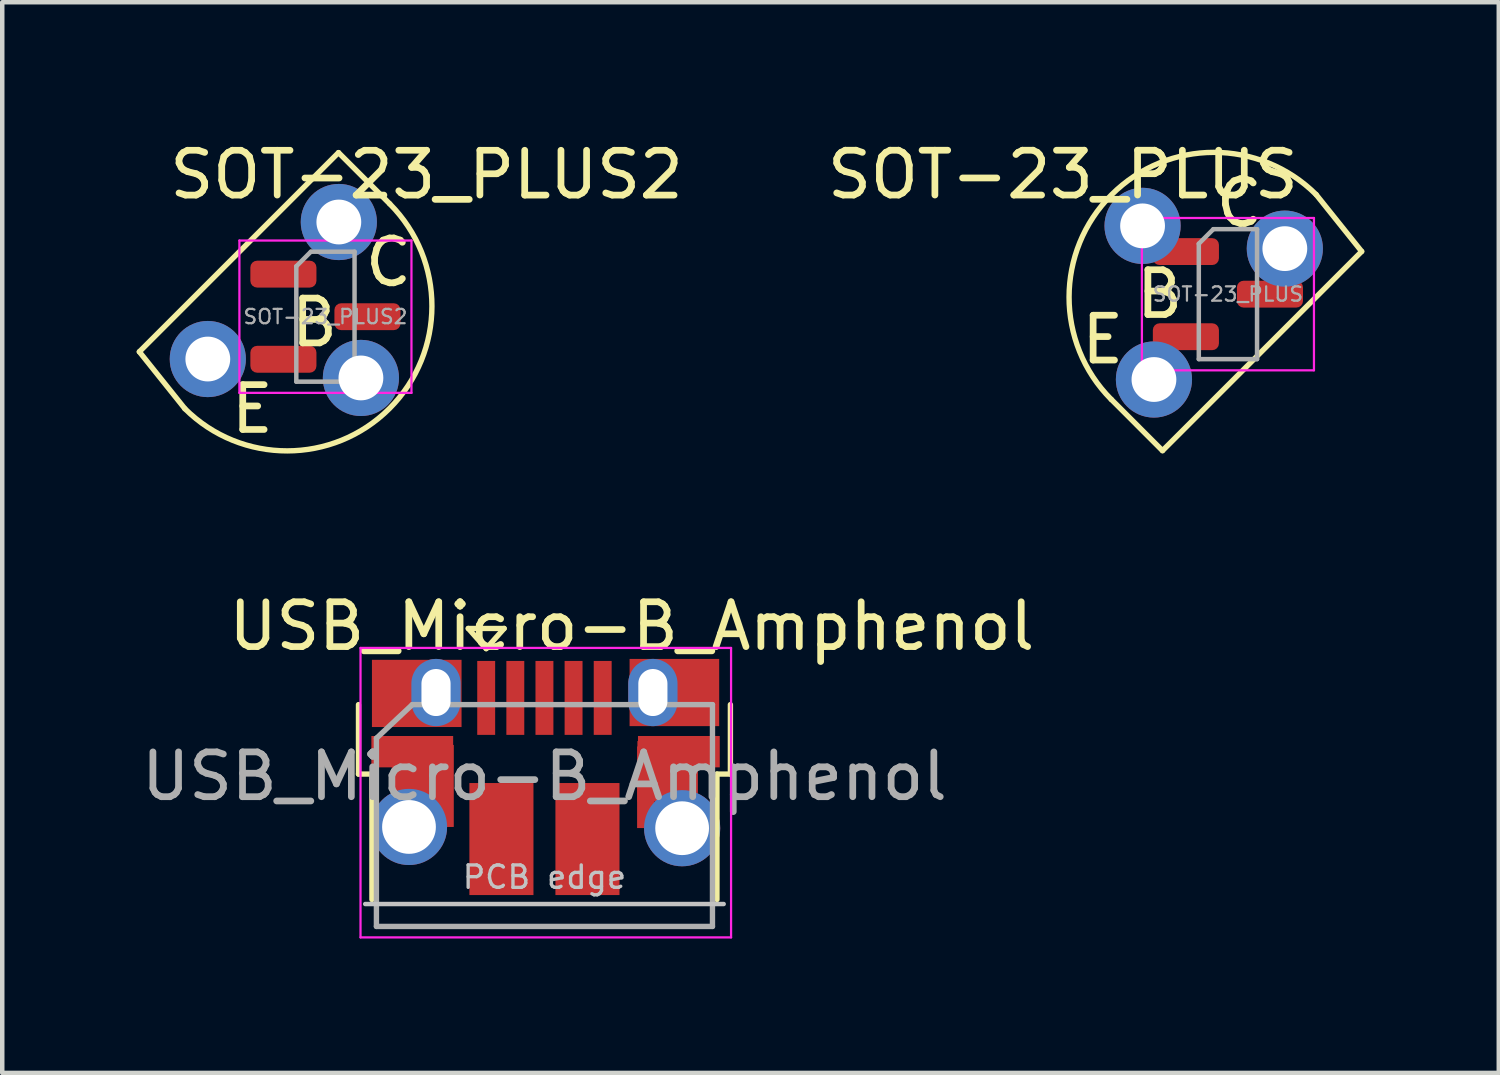
<source format=kicad_pcb>
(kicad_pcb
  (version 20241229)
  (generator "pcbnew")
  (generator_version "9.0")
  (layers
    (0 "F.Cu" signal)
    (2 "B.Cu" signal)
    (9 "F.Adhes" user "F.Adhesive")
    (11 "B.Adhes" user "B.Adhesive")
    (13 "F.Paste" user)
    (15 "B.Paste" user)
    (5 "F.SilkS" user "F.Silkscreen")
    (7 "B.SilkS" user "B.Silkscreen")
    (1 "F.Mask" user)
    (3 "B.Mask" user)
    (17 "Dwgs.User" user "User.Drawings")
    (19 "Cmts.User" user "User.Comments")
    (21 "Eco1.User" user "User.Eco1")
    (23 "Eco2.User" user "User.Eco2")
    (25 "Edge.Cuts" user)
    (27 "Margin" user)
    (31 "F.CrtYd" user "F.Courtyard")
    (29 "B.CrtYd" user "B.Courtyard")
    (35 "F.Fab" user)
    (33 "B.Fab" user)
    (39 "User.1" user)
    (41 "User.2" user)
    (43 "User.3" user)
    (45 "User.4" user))
  (footprint "USB_Micro-B_Amphenol"
    (layer "F.Cu")
    (at 9.126 14.291)
    (property "Reference" "USB_Micro-B_Amphenol" (at 1.925 -3.365 180) (layer "F.SilkS") (effects (font (size 1 1) (thickness 0.15))))
    (attr smd)
    (fp_line (start -4.175 -0.065) (end -4.175 -1.615) (stroke (width 0.12) (type solid)) (layer "F.SilkS"))
    (fp_line (start -4.175 -0.065) (end -3.875 -0.065) (stroke (width 0.12) (type solid)) (layer "F.SilkS"))
    (fp_line (start -3.875 2.735) (end -3.875 -0.065) (stroke (width 0.12) (type solid)) (layer "F.SilkS"))
    (fp_line (start -1.725 -3.315) (end -0.925 -3.315) (stroke (width 0.12) (type solid)) (layer "F.SilkS"))
    (fp_line (start -1.325 -2.865) (end -1.725 -3.315) (stroke (width 0.12) (type solid)) (layer "F.SilkS"))
    (fp_line (start -0.925 -3.315) (end -1.325 -2.865) (stroke (width 0.12) (type solid)) (layer "F.SilkS"))
    (fp_line (start 3.825 -0.065) (end 4.125 -0.065) (stroke (width 0.12) (type solid)) (layer "F.SilkS"))
    (fp_line (start 3.825 2.735) (end 3.825 -0.065) (stroke (width 0.12) (type solid)) (layer "F.SilkS"))
    (fp_line (start 4.125 -0.065) (end 4.125 -1.615) (stroke (width 0.12) (type solid)) (layer "F.SilkS"))
    (fp_line (start -4.025 2.835) (end 3.975 2.835) (stroke (width 0.1) (type solid)) (layer "Dwgs.User"))
    (fp_line (start -4.13 -2.88) (end -4.13 3.58) (stroke (width 0.05) (type solid)) (layer "F.CrtYd"))
    (fp_line (start -4.13 -2.88) (end 4.14 -2.88) (stroke (width 0.05) (type solid)) (layer "F.CrtYd"))
    (fp_line (start 4.14 3.58) (end -4.13 3.58) (stroke (width 0.05) (type solid)) (layer "F.CrtYd"))
    (fp_line (start 4.14 3.58) (end 4.14 -2.88) (stroke (width 0.05) (type solid)) (layer "F.CrtYd"))
    (fp_line (start -3.775 -0.865) (end -2.975 -1.615) (stroke (width 0.12) (type solid)) (layer "F.Fab"))
    (fp_line (start -3.775 3.335) (end -3.775 -0.865) (stroke (width 0.12) (type solid)) (layer "F.Fab"))
    (fp_line (start -2.975 -1.615) (end 3.725 -1.615) (stroke (width 0.12) (type solid)) (layer "F.Fab"))
    (fp_line (start 3.725 -1.615) (end 3.725 3.335) (stroke (width 0.12) (type solid)) (layer "F.Fab"))
    (fp_line (start 3.725 3.335) (end -3.775 3.335) (stroke (width 0.12) (type solid)) (layer "F.Fab"))
    (fp_text user "PCB edge" (at -0.025 2.235 180) (layer "Dwgs.User") (effects (font (size 0.5 0.5) (thickness 0.075))))
    (fp_text user "${REFERENCE}" (at -0.025 -0.015 180) (layer "F.Fab") (effects (font (size 1 1) (thickness 0.15))))
    (pad "1" smd rect (at -1.325 -1.765 90) (size 1.65 0.4) (layers "F.Cu" "F.Mask" "F.Paste"))
    (pad "2" smd rect (at -0.675 -1.765 90) (size 1.65 0.4) (layers "F.Cu" "F.Mask" "F.Paste"))
    (pad "3" smd rect (at -0.025 -1.765 90) (size 1.65 0.4) (layers "F.Cu" "F.Mask" "F.Paste"))
    (pad "4" smd rect (at 0.625 -1.765 90) (size 1.65 0.4) (layers "F.Cu" "F.Mask" "F.Paste"))
    (pad "5" smd rect (at 1.275 -1.765 90) (size 1.65 0.4) (layers "F.Cu" "F.Mask" "F.Paste"))
    (pad "6" thru_hole oval (at -3.048 1.115 90) (size 1.7 1.7) (drill oval 1.2) (layers "*.Cu" "*.Mask"))
    (pad "6" smd rect (at -2.975 -0.565) (size 1.825 0.7) (layers "F.Cu" "F.Mask" "F.Paste"))
    (pad "6" smd rect (at -2.875 -1.865) (size 2 1.5) (layers "F.Cu" "F.Mask" "F.Paste"))
    (pad "6" smd trapezoid (at -2.755 -0.127) (size 1.35 1.35) (layers "F.Cu" "F.Mask" "F.Paste"))
    (pad "6" thru_hole oval (at -2.445 -1.885 90) (size 1.5 1.1) (drill oval 1.05 0.65) (layers "*.Cu" "*.Mask"))
    (pad "6" smd rect (at -2.239 0.2 90) (size 1.83 0.381) (layers "F.Cu" "F.Mask" "F.Paste"))
    (pad "6" smd rect (at -0.985 1.385 90) (size 2.5 1.43) (layers "F.Cu" "F.Mask" "F.Paste"))
    (pad "6" smd rect (at 0.935 1.385 90) (size 2.5 1.43) (layers "F.Cu" "F.Mask" "F.Paste"))
    (pad "6" smd rect (at 2.234 0.229 90) (size 1.822 0.382) (layers "F.Cu" "F.Mask" "F.Paste"))
    (pad "6" thru_hole oval (at 2.395 -1.885 90) (size 1.5 1.1) (drill oval 1.05 0.65) (layers "*.Cu" "*.Mask"))
    (pad "6" smd trapezoid (at 2.725 -0.127) (size 1.35 1.35) (layers "F.Cu" "F.Mask" "F.Paste"))
    (pad "6" smd rect (at 2.875 -1.885) (size 2 1.5) (layers "F.Cu" "F.Mask" "F.Paste"))
    (pad "6" smd rect (at 2.975 -0.565) (size 1.825 0.7) (layers "F.Cu" "F.Mask" "F.Paste"))
    (pad "6" thru_hole oval (at 3.048 1.143 90) (size 1.7 1.7) (drill oval 1.2) (layers "*.Cu" "*.Mask")))
  (footprint "SOT-23_PLUS2"
    (layer "F.Cu")
    (at 4.213 4.018)
    (property "Reference" "SOT-23_PLUS2" (at 2.257 -3.169 0) (layer "F.SilkS") (effects (font (size 1 1) (thickness 0.15))))
    (attr smd)
    (fp_line (start -3.137 2.053) (end -4.153 0.783) (stroke (width 0.12) (type solid)) (layer "F.SilkS"))
    (fp_line (start 0.292 -3.662) (end -4.153 0.783) (stroke (width 0.12) (type solid)) (layer "F.SilkS"))
    (fp_line (start 1.435 -2.519) (end 0.292 -3.662) (stroke (width 0.12) (type solid)) (layer "F.SilkS"))
    (fp_arc (start 1.434959 -2.51882) (mid 1.434959 2.05318) (end -3.137041 2.05318) (stroke (width 0.12) (type solid)) (layer "F.SilkS"))
    (fp_line (start -1.92 -1.7) (end -1.92 1.7) (stroke (width 0.05) (type solid)) (layer "F.CrtYd"))
    (fp_line (start -1.92 1.7) (end 1.92 1.7) (stroke (width 0.05) (type solid)) (layer "F.CrtYd"))
    (fp_line (start 1.92 -1.7) (end -1.92 -1.7) (stroke (width 0.05) (type solid)) (layer "F.CrtYd"))
    (fp_line (start 1.92 1.7) (end 1.92 -1.7) (stroke (width 0.05) (type solid)) (layer "F.CrtYd"))
    (fp_line (start -0.65 -1.125) (end -0.325 -1.45) (stroke (width 0.1) (type solid)) (layer "F.Fab"))
    (fp_line (start -0.65 1.45) (end -0.65 -1.125) (stroke (width 0.1) (type solid)) (layer "F.Fab"))
    (fp_line (start -0.325 -1.45) (end 0.65 -1.45) (stroke (width 0.1) (type solid)) (layer "F.Fab"))
    (fp_line (start 0.65 -1.45) (end 0.65 1.45) (stroke (width 0.1) (type solid)) (layer "F.Fab"))
    (fp_line (start 0.65 1.45) (end -0.65 1.45) (stroke (width 0.1) (type solid)) (layer "F.Fab"))
    (fp_text user "B" (at -0.246 0.13 0) (unlocked yes) (layer "F.SilkS") (effects (font (size 1 1) (thickness 0.15))))
    (fp_text user "E" (at -1.631 2.062 0) (unlocked yes) (layer "F.SilkS") (effects (font (size 1 1) (thickness 0.15))))
    (fp_text user "C" (at 1.407 -1.211 0) (unlocked yes) (layer "F.SilkS") (effects (font (size 1 1) (thickness 0.15))))
    (fp_text user "${REFERENCE}" (at 0 0 0) (layer "F.Fab") (effects (font (size 0.32 0.32) (thickness 0.05))))
    (pad "1" smd roundrect (at -0.938 -0.95) (size 1.475 0.6) (layers "F.Cu" "F.Mask" "F.Paste") (roundrect_rratio 0.25))
    (pad "1" thru_hole circle (at 0.792 1.367) (size 1.7 1.7) (drill 1) (layers "*.Cu" "*.Mask"))
    (pad "2" thru_hole circle (at -2.625 0.945) (size 1.7 1.7) (drill 1) (layers "*.Cu" "*.Mask"))
    (pad "2" smd roundrect (at -0.938 0.95) (size 1.475 0.6) (layers "F.Cu" "F.Mask" "F.Paste") (roundrect_rratio 0.25))
    (pad "3" thru_hole circle (at 0.299 -2.113) (size 1.7 1.7) (drill 1) (layers "*.Cu" "*.Mask"))
    (pad "3" smd roundrect (at 0.938 0) (size 1.475 0.6) (layers "F.Cu" "F.Mask" "F.Paste") (roundrect_rratio 0.25)))
  (footprint "SOT-23_PLUS"
    (layer "F.Cu")
    (at 24.355 3.515)
    (property "Reference" "SOT-23_PLUS" (at -3.683 -2.667 180) (layer "F.SilkS") (effects (font (size 1 1) (thickness 0.15))))
    (attr smd)
    (fp_line (start -2.603 2.349) (end -1.46 3.493) (stroke (width 0.12) (type solid)) (layer "F.SilkS"))
    (fp_line (start -1.46 3.493) (end 2.985 -0.953) (stroke (width 0.12) (type solid)) (layer "F.SilkS"))
    (fp_line (start 1.968 -2.223) (end 2.985 -0.953) (stroke (width 0.12) (type solid)) (layer "F.SilkS"))
    (fp_arc (start -2.6035 2.3495) (mid -2.6035 -2.2225) (end 1.9685 -2.2225) (stroke (width 0.12) (type solid)) (layer "F.SilkS"))
    (fp_line (start -1.92 -1.7) (end -1.92 1.7) (stroke (width 0.05) (type solid)) (layer "F.CrtYd"))
    (fp_line (start -1.92 1.7) (end 1.92 1.7) (stroke (width 0.05) (type solid)) (layer "F.CrtYd"))
    (fp_line (start 1.92 -1.7) (end -1.92 -1.7) (stroke (width 0.05) (type solid)) (layer "F.CrtYd"))
    (fp_line (start 1.92 1.7) (end 1.92 -1.7) (stroke (width 0.05) (type solid)) (layer "F.CrtYd"))
    (fp_line (start -0.65 -1.125) (end -0.325 -1.45) (stroke (width 0.1) (type solid)) (layer "F.Fab"))
    (fp_line (start -0.65 1.45) (end -0.65 -1.125) (stroke (width 0.1) (type solid)) (layer "F.Fab"))
    (fp_line (start -0.325 -1.45) (end 0.65 -1.45) (stroke (width 0.1) (type solid)) (layer "F.Fab"))
    (fp_line (start 0.65 -1.45) (end 0.65 1.45) (stroke (width 0.1) (type solid)) (layer "F.Fab"))
    (fp_line (start 0.65 1.45) (end -0.65 1.45) (stroke (width 0.1) (type solid)) (layer "F.Fab"))
    (fp_text user "E" (at -2.794 1.016 0) (unlocked yes) (layer "F.SilkS") (effects (font (size 1 1) (thickness 0.15))))
    (fp_text user "C" (at 0.254 -2.032 0) (unlocked yes) (layer "F.SilkS") (effects (font (size 1 1) (thickness 0.15))))
    (fp_text user "B" (at -1.524 0 0) (unlocked yes) (layer "F.SilkS") (effects (font (size 1 1) (thickness 0.15))))
    (fp_text user "${REFERENCE}" (at 0 0 0) (layer "F.Fab") (effects (font (size 0.32 0.32) (thickness 0.05))))
    (pad "1" thru_hole circle (at -1.905 -1.524) (size 1.7 1.7) (drill 1) (layers "*.Cu" "*.Mask"))
    (pad "1" smd roundrect (at -0.938 -0.95) (size 1.475 0.6) (layers "F.Cu" "F.Mask" "F.Paste") (roundrect_rratio 0.25))
    (pad "2" thru_hole circle (at -1.651 1.905) (size 1.7 1.7) (drill 1) (layers "*.Cu" "*.Mask"))
    (pad "2" smd roundrect (at -0.938 0.95) (size 1.475 0.6) (layers "F.Cu" "F.Mask" "F.Paste") (roundrect_rratio 0.25))
    (pad "3" smd roundrect (at 0.938 0) (size 1.475 0.6) (layers "F.Cu" "F.Mask" "F.Paste") (roundrect_rratio 0.25))
    (pad "3" thru_hole circle (at 1.27 -1.016) (size 1.7 1.7) (drill 1) (layers "*.Cu" "*.Mask")))
  (gr_rect
    (start -3 -3)
    (end 30.4 20.896)
    (stroke (width 0.1) (type default))
    (fill no)
    (layer "Edge.Cuts")))
</source>
